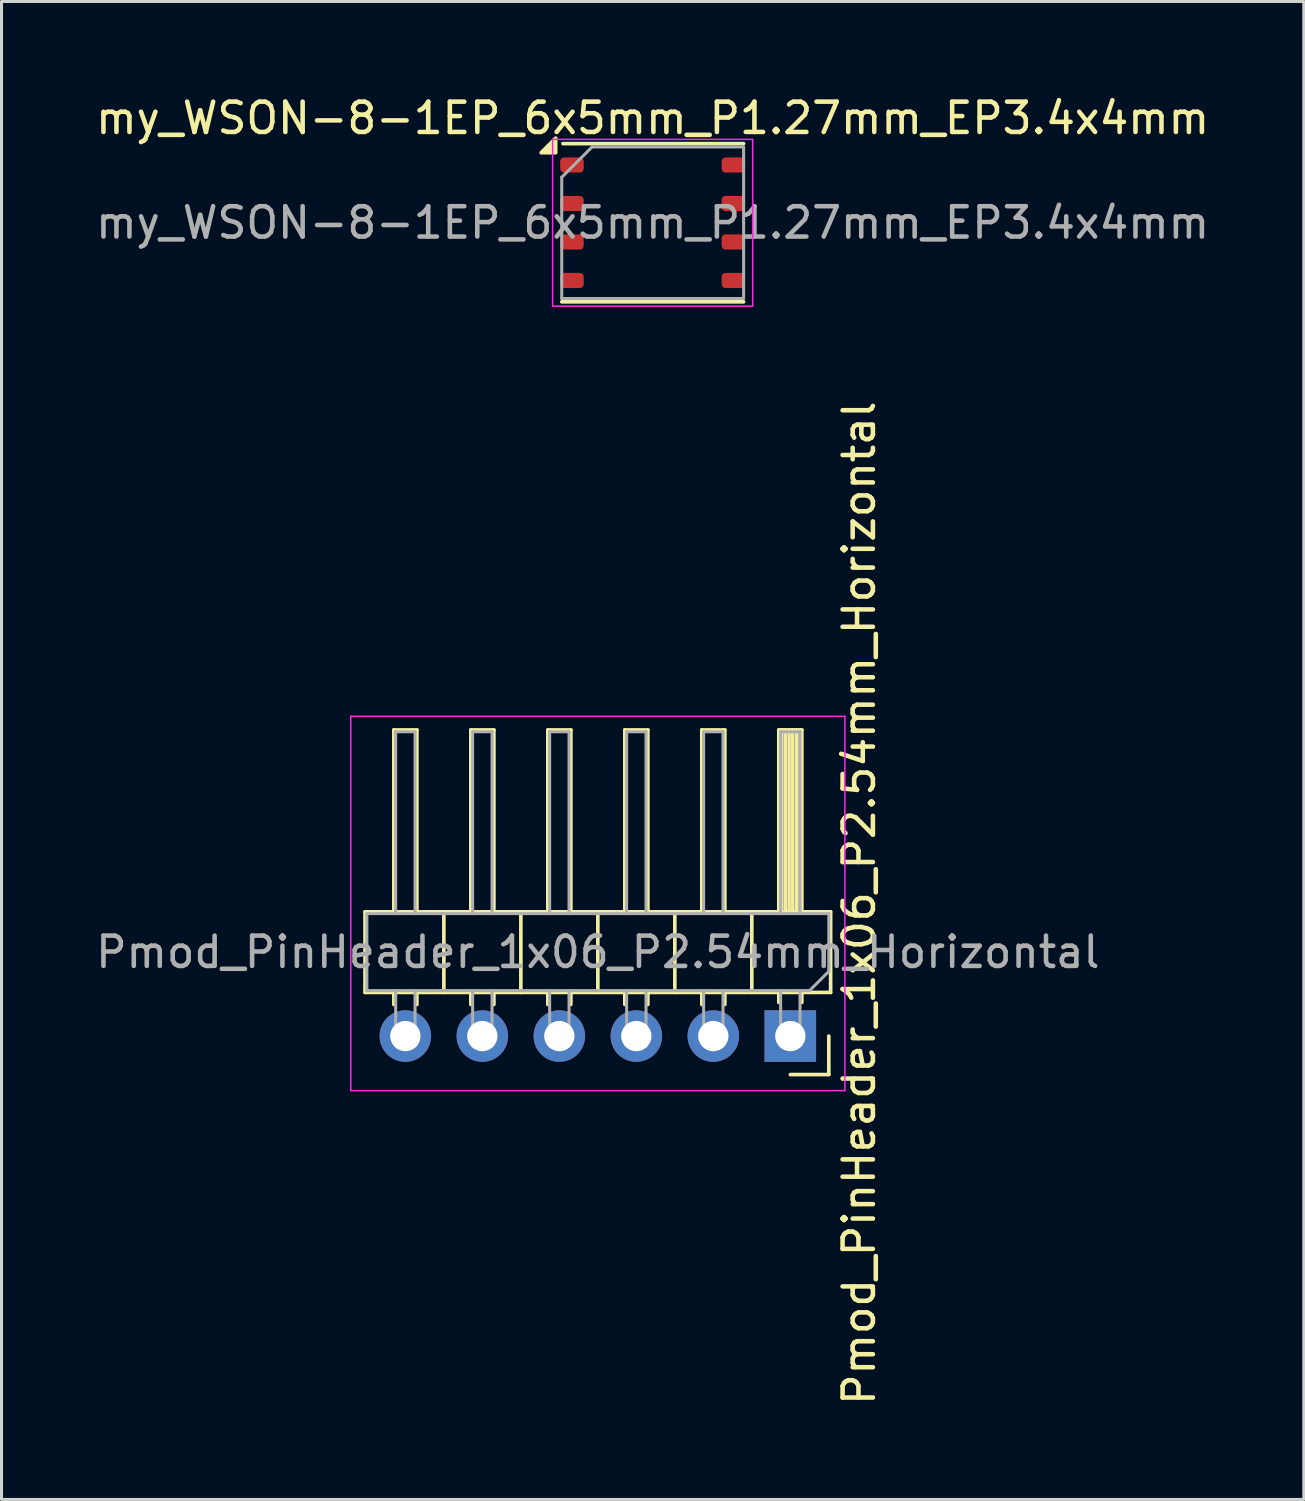
<source format=kicad_pcb>
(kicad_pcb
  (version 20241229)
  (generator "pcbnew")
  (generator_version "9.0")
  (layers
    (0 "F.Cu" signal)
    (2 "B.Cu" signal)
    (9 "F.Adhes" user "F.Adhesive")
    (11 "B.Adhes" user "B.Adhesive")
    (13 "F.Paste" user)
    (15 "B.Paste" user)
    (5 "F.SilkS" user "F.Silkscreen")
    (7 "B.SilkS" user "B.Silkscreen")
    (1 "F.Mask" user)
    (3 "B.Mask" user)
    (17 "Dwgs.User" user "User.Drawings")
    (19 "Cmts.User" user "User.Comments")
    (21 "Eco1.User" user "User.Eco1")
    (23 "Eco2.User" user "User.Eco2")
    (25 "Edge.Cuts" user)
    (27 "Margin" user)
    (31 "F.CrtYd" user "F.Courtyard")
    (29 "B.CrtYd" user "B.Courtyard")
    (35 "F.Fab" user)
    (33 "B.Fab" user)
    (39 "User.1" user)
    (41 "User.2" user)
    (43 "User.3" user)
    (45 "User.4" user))
  (footprint "my_WSON-8-1EP_6x5mm_P1.27mm_EP3.4x4mm"
    (layer "F.Cu")
    (at 18.482 4.298)
    (property "Reference" "my_WSON-8-1EP_6x5mm_P1.27mm_EP3.4x4mm" (at 0 -3.45 0) (layer "F.SilkS") (effects (font (size 1 1) (thickness 0.15))))
    (attr smd)
    (fp_line (start -3 2.61) (end 3 2.61) (stroke (width 0.12) (type solid)) (layer "F.SilkS"))
    (fp_line (start -2.96 -2.61) (end 3 -2.61) (stroke (width 0.12) (type solid)) (layer "F.SilkS"))
    (fp_poly (pts (xy -3.2 -2.31) (xy -3.68 -2.31) (xy -3.2 -2.79) (xy -3.2 -2.31)) (stroke (width 0.12) (type solid)) (fill yes) (layer "F.SilkS"))
    (fp_line (start -3.3 -2.75) (end -3.3 2.75) (stroke (width 0.05) (type solid)) (layer "F.CrtYd"))
    (fp_line (start -3.3 2.75) (end 3.3 2.75) (stroke (width 0.05) (type solid)) (layer "F.CrtYd"))
    (fp_line (start 3.3 -2.75) (end -3.3 -2.75) (stroke (width 0.05) (type solid)) (layer "F.CrtYd"))
    (fp_line (start 3.3 2.75) (end 3.3 -2.75) (stroke (width 0.05) (type solid)) (layer "F.CrtYd"))
    (fp_line (start -3 -1.5) (end -2 -2.5) (stroke (width 0.1) (type solid)) (layer "F.Fab"))
    (fp_line (start -3 2.5) (end -3 -1.5) (stroke (width 0.1) (type solid)) (layer "F.Fab"))
    (fp_line (start -2 -2.5) (end 3 -2.5) (stroke (width 0.1) (type solid)) (layer "F.Fab"))
    (fp_line (start 3 -2.5) (end 3 2.5) (stroke (width 0.1) (type solid)) (layer "F.Fab"))
    (fp_line (start 3 2.5) (end -3 2.5) (stroke (width 0.1) (type solid)) (layer "F.Fab"))
    (fp_text user "${REFERENCE}" (at 0 0 0) (layer "F.Fab") (effects (font (size 1 1) (thickness 0.15))))
    (pad "1" smd roundrect (at -2.663 -1.905) (size 0.775 0.5) (layers "F.Cu" "F.Mask" "F.Paste") (roundrect_rratio 0.25))
    (pad "2" smd roundrect (at -2.663 -0.635) (size 0.775 0.5) (layers "F.Cu" "F.Mask" "F.Paste") (roundrect_rratio 0.25))
    (pad "3" smd roundrect (at -2.663 0.635) (size 0.775 0.5) (layers "F.Cu" "F.Mask" "F.Paste") (roundrect_rratio 0.25))
    (pad "4" smd roundrect (at -2.663 1.905) (size 0.775 0.5) (layers "F.Cu" "F.Mask" "F.Paste") (roundrect_rratio 0.25))
    (pad "5" smd roundrect (at 2.663 1.905) (size 0.775 0.5) (layers "F.Cu" "F.Mask" "F.Paste") (roundrect_rratio 0.25))
    (pad "6" smd roundrect (at 2.663 0.635) (size 0.775 0.5) (layers "F.Cu" "F.Mask" "F.Paste") (roundrect_rratio 0.25))
    (pad "7" smd roundrect (at 2.663 -0.635) (size 0.775 0.5) (layers "F.Cu" "F.Mask" "F.Paste") (roundrect_rratio 0.25))
    (pad "8" smd roundrect (at 2.663 -1.905) (size 0.775 0.5) (layers "F.Cu" "F.Mask" "F.Paste") (roundrect_rratio 0.25)))
  (footprint "Pmod_PinHeader_1x06_P2.54mm_Horizontal"
    (layer "F.Cu")
    (at 12.573 20.681)
    (property "Reference" "Pmod_PinHeader_1x06_P2.54mm_Horizontal" (at 12.72 6.065 90) (layer "F.SilkS") (effects (font (size 1 1) (thickness 0.15))))
    (attr through_hole)
    (fp_line (start -3.58 6.35) (end 11.78 6.35) (stroke (width 0.12) (type solid)) (layer "F.SilkS"))
    (fp_line (start -3.58 9.01) (end -3.58 6.35) (stroke (width 0.12) (type solid)) (layer "F.SilkS"))
    (fp_line (start -2.63 0.35) (end -2.63 6.35) (stroke (width 0.12) (type solid)) (layer "F.SilkS"))
    (fp_line (start -2.63 9.407) (end -2.63 9.01) (stroke (width 0.12) (type solid)) (layer "F.SilkS"))
    (fp_line (start -1.87 0.35) (end -2.63 0.35) (stroke (width 0.12) (type solid)) (layer "F.SilkS"))
    (fp_line (start -1.87 6.35) (end -1.87 0.35) (stroke (width 0.12) (type solid)) (layer "F.SilkS"))
    (fp_line (start -1.87 9.407) (end -1.87 9.01) (stroke (width 0.12) (type solid)) (layer "F.SilkS"))
    (fp_line (start -0.98 9.01) (end -0.98 6.35) (stroke (width 0.12) (type solid)) (layer "F.SilkS"))
    (fp_line (start -0.09 0.35) (end -0.09 6.35) (stroke (width 0.12) (type solid)) (layer "F.SilkS"))
    (fp_line (start -0.09 9.407) (end -0.09 9.01) (stroke (width 0.12) (type solid)) (layer "F.SilkS"))
    (fp_line (start 0.67 0.35) (end -0.09 0.35) (stroke (width 0.12) (type solid)) (layer "F.SilkS"))
    (fp_line (start 0.67 6.35) (end 0.67 0.35) (stroke (width 0.12) (type solid)) (layer "F.SilkS"))
    (fp_line (start 0.67 9.407) (end 0.67 9.01) (stroke (width 0.12) (type solid)) (layer "F.SilkS"))
    (fp_line (start 1.56 9.01) (end 1.56 6.35) (stroke (width 0.12) (type solid)) (layer "F.SilkS"))
    (fp_line (start 2.45 0.35) (end 2.45 6.35) (stroke (width 0.12) (type solid)) (layer "F.SilkS"))
    (fp_line (start 2.45 9.407) (end 2.45 9.01) (stroke (width 0.12) (type solid)) (layer "F.SilkS"))
    (fp_line (start 3.21 0.35) (end 2.45 0.35) (stroke (width 0.12) (type solid)) (layer "F.SilkS"))
    (fp_line (start 3.21 6.35) (end 3.21 0.35) (stroke (width 0.12) (type solid)) (layer "F.SilkS"))
    (fp_line (start 3.21 9.407) (end 3.21 9.01) (stroke (width 0.12) (type solid)) (layer "F.SilkS"))
    (fp_line (start 4.1 9.01) (end 4.1 6.35) (stroke (width 0.12) (type solid)) (layer "F.SilkS"))
    (fp_line (start 4.99 0.35) (end 4.99 6.35) (stroke (width 0.12) (type solid)) (layer "F.SilkS"))
    (fp_line (start 4.99 9.407) (end 4.99 9.01) (stroke (width 0.12) (type solid)) (layer "F.SilkS"))
    (fp_line (start 5.75 0.35) (end 4.99 0.35) (stroke (width 0.12) (type solid)) (layer "F.SilkS"))
    (fp_line (start 5.75 6.35) (end 5.75 0.35) (stroke (width 0.12) (type solid)) (layer "F.SilkS"))
    (fp_line (start 5.75 9.407) (end 5.75 9.01) (stroke (width 0.12) (type solid)) (layer "F.SilkS"))
    (fp_line (start 6.64 9.01) (end 6.64 6.35) (stroke (width 0.12) (type solid)) (layer "F.SilkS"))
    (fp_line (start 7.53 0.35) (end 7.53 6.35) (stroke (width 0.12) (type solid)) (layer "F.SilkS"))
    (fp_line (start 7.53 9.407) (end 7.53 9.01) (stroke (width 0.12) (type solid)) (layer "F.SilkS"))
    (fp_line (start 8.29 0.35) (end 7.53 0.35) (stroke (width 0.12) (type solid)) (layer "F.SilkS"))
    (fp_line (start 8.29 6.35) (end 8.29 0.35) (stroke (width 0.12) (type solid)) (layer "F.SilkS"))
    (fp_line (start 8.29 9.407) (end 8.29 9.01) (stroke (width 0.12) (type solid)) (layer "F.SilkS"))
    (fp_line (start 9.18 9.01) (end 9.18 6.35) (stroke (width 0.12) (type solid)) (layer "F.SilkS"))
    (fp_line (start 10.07 0.35) (end 10.07 6.35) (stroke (width 0.12) (type solid)) (layer "F.SilkS"))
    (fp_line (start 10.07 9.34) (end 10.07 9.01) (stroke (width 0.12) (type solid)) (layer "F.SilkS"))
    (fp_line (start 10.17 6.35) (end 10.17 0.35) (stroke (width 0.12) (type solid)) (layer "F.SilkS"))
    (fp_line (start 10.29 6.35) (end 10.29 0.35) (stroke (width 0.12) (type solid)) (layer "F.SilkS"))
    (fp_line (start 10.41 6.35) (end 10.41 0.35) (stroke (width 0.12) (type solid)) (layer "F.SilkS"))
    (fp_line (start 10.45 11.72) (end 11.72 11.72) (stroke (width 0.12) (type solid)) (layer "F.SilkS"))
    (fp_line (start 10.53 6.35) (end 10.53 0.35) (stroke (width 0.12) (type solid)) (layer "F.SilkS"))
    (fp_line (start 10.65 6.35) (end 10.65 0.35) (stroke (width 0.12) (type solid)) (layer "F.SilkS"))
    (fp_line (start 10.77 6.35) (end 10.77 0.35) (stroke (width 0.12) (type solid)) (layer "F.SilkS"))
    (fp_line (start 10.83 0.35) (end 10.07 0.35) (stroke (width 0.12) (type solid)) (layer "F.SilkS"))
    (fp_line (start 10.83 6.35) (end 10.83 0.35) (stroke (width 0.12) (type solid)) (layer "F.SilkS"))
    (fp_line (start 10.83 9.34) (end 10.83 9.01) (stroke (width 0.12) (type solid)) (layer "F.SilkS"))
    (fp_line (start 11.72 11.72) (end 11.72 10.45) (stroke (width 0.12) (type solid)) (layer "F.SilkS"))
    (fp_line (start 11.78 6.35) (end 11.78 9.01) (stroke (width 0.12) (type solid)) (layer "F.SilkS"))
    (fp_line (start 11.78 9.01) (end -3.58 9.01) (stroke (width 0.12) (type solid)) (layer "F.SilkS"))
    (fp_line (start -4.05 -0.1) (end 12.25 -0.1) (stroke (width 0.05) (type solid)) (layer "F.CrtYd"))
    (fp_line (start -4.05 12.25) (end -4.05 -0.1) (stroke (width 0.05) (type solid)) (layer "F.CrtYd"))
    (fp_line (start 12.25 -0.1) (end 12.25 12.25) (stroke (width 0.05) (type solid)) (layer "F.CrtYd"))
    (fp_line (start 12.25 12.25) (end -4.05 12.25) (stroke (width 0.05) (type solid)) (layer "F.CrtYd"))
    (fp_line (start -3.52 6.41) (end -3.52 8.95) (stroke (width 0.1) (type solid)) (layer "F.Fab"))
    (fp_line (start -3.52 8.95) (end 11.085 8.95) (stroke (width 0.1) (type solid)) (layer "F.Fab"))
    (fp_line (start -2.57 6.41) (end -2.57 0.41) (stroke (width 0.1) (type solid)) (layer "F.Fab"))
    (fp_line (start -2.57 10.77) (end -2.57 8.95) (stroke (width 0.1) (type solid)) (layer "F.Fab"))
    (fp_line (start -1.93 0.41) (end -2.57 0.41) (stroke (width 0.1) (type solid)) (layer "F.Fab"))
    (fp_line (start -1.93 6.41) (end -1.93 0.41) (stroke (width 0.1) (type solid)) (layer "F.Fab"))
    (fp_line (start -1.93 10.77) (end -2.57 10.77) (stroke (width 0.1) (type solid)) (layer "F.Fab"))
    (fp_line (start -1.93 10.77) (end -1.93 8.95) (stroke (width 0.1) (type solid)) (layer "F.Fab"))
    (fp_line (start -0.03 6.41) (end -0.03 0.41) (stroke (width 0.1) (type solid)) (layer "F.Fab"))
    (fp_line (start -0.03 10.77) (end -0.03 8.95) (stroke (width 0.1) (type solid)) (layer "F.Fab"))
    (fp_line (start 0.61 0.41) (end -0.03 0.41) (stroke (width 0.1) (type solid)) (layer "F.Fab"))
    (fp_line (start 0.61 6.41) (end 0.61 0.41) (stroke (width 0.1) (type solid)) (layer "F.Fab"))
    (fp_line (start 0.61 10.77) (end -0.03 10.77) (stroke (width 0.1) (type solid)) (layer "F.Fab"))
    (fp_line (start 0.61 10.77) (end 0.61 8.95) (stroke (width 0.1) (type solid)) (layer "F.Fab"))
    (fp_line (start 2.51 6.41) (end 2.51 0.41) (stroke (width 0.1) (type solid)) (layer "F.Fab"))
    (fp_line (start 2.51 10.77) (end 2.51 8.95) (stroke (width 0.1) (type solid)) (layer "F.Fab"))
    (fp_line (start 3.15 0.41) (end 2.51 0.41) (stroke (width 0.1) (type solid)) (layer "F.Fab"))
    (fp_line (start 3.15 6.41) (end 3.15 0.41) (stroke (width 0.1) (type solid)) (layer "F.Fab"))
    (fp_line (start 3.15 10.77) (end 2.51 10.77) (stroke (width 0.1) (type solid)) (layer "F.Fab"))
    (fp_line (start 3.15 10.77) (end 3.15 8.95) (stroke (width 0.1) (type solid)) (layer "F.Fab"))
    (fp_line (start 5.05 6.41) (end 5.05 0.41) (stroke (width 0.1) (type solid)) (layer "F.Fab"))
    (fp_line (start 5.05 10.77) (end 5.05 8.95) (stroke (width 0.1) (type solid)) (layer "F.Fab"))
    (fp_line (start 5.69 0.41) (end 5.05 0.41) (stroke (width 0.1) (type solid)) (layer "F.Fab"))
    (fp_line (start 5.69 6.41) (end 5.69 0.41) (stroke (width 0.1) (type solid)) (layer "F.Fab"))
    (fp_line (start 5.69 10.77) (end 5.05 10.77) (stroke (width 0.1) (type solid)) (layer "F.Fab"))
    (fp_line (start 5.69 10.77) (end 5.69 8.95) (stroke (width 0.1) (type solid)) (layer "F.Fab"))
    (fp_line (start 7.59 6.41) (end 7.59 0.41) (stroke (width 0.1) (type solid)) (layer "F.Fab"))
    (fp_line (start 7.59 10.77) (end 7.59 8.95) (stroke (width 0.1) (type solid)) (layer "F.Fab"))
    (fp_line (start 8.23 0.41) (end 7.59 0.41) (stroke (width 0.1) (type solid)) (layer "F.Fab"))
    (fp_line (start 8.23 6.41) (end 8.23 0.41) (stroke (width 0.1) (type solid)) (layer "F.Fab"))
    (fp_line (start 8.23 10.77) (end 7.59 10.77) (stroke (width 0.1) (type solid)) (layer "F.Fab"))
    (fp_line (start 8.23 10.77) (end 8.23 8.95) (stroke (width 0.1) (type solid)) (layer "F.Fab"))
    (fp_line (start 10.13 6.41) (end 10.13 0.41) (stroke (width 0.1) (type solid)) (layer "F.Fab"))
    (fp_line (start 10.13 10.77) (end 10.13 8.95) (stroke (width 0.1) (type solid)) (layer "F.Fab"))
    (fp_line (start 10.77 0.41) (end 10.13 0.41) (stroke (width 0.1) (type solid)) (layer "F.Fab"))
    (fp_line (start 10.77 6.41) (end 10.77 0.41) (stroke (width 0.1) (type solid)) (layer "F.Fab"))
    (fp_line (start 10.77 10.77) (end 10.13 10.77) (stroke (width 0.1) (type solid)) (layer "F.Fab"))
    (fp_line (start 10.77 10.77) (end 10.77 8.95) (stroke (width 0.1) (type solid)) (layer "F.Fab"))
    (fp_line (start 11.085 8.95) (end 11.72 8.315) (stroke (width 0.1) (type solid)) (layer "F.Fab"))
    (fp_line (start 11.72 6.41) (end -3.52 6.41) (stroke (width 0.1) (type solid)) (layer "F.Fab"))
    (fp_line (start 11.72 8.315) (end 11.72 6.41) (stroke (width 0.1) (type solid)) (layer "F.Fab"))
    (fp_text user "${REFERENCE}" (at 4.1 7.68 180) (layer "F.Fab") (effects (font (size 1 1) (thickness 0.15))))
    (pad "1" thru_hole rect (at 10.45 10.45 270) (size 1.7 1.7) (drill 1) (layers "*.Cu" "*.Mask"))
    (pad "2" thru_hole oval (at 7.91 10.45 270) (size 1.7 1.7) (drill 1) (layers "*.Cu" "*.Mask"))
    (pad "3" thru_hole oval (at 5.37 10.45 270) (size 1.7 1.7) (drill 1) (layers "*.Cu" "*.Mask"))
    (pad "4" thru_hole oval (at 2.83 10.45 270) (size 1.7 1.7) (drill 1) (layers "*.Cu" "*.Mask"))
    (pad "5" thru_hole oval (at 0.29 10.45 270) (size 1.7 1.7) (drill 1) (layers "*.Cu" "*.Mask"))
    (pad "6" thru_hole oval (at -2.25 10.45 270) (size 1.7 1.7) (drill 1) (layers "*.Cu" "*.Mask")))
  (gr_rect
    (start -3 -3)
    (end 39.964 46.418)
    (stroke (width 0.1) (type default))
    (fill no)
    (layer "Edge.Cuts")))
</source>
